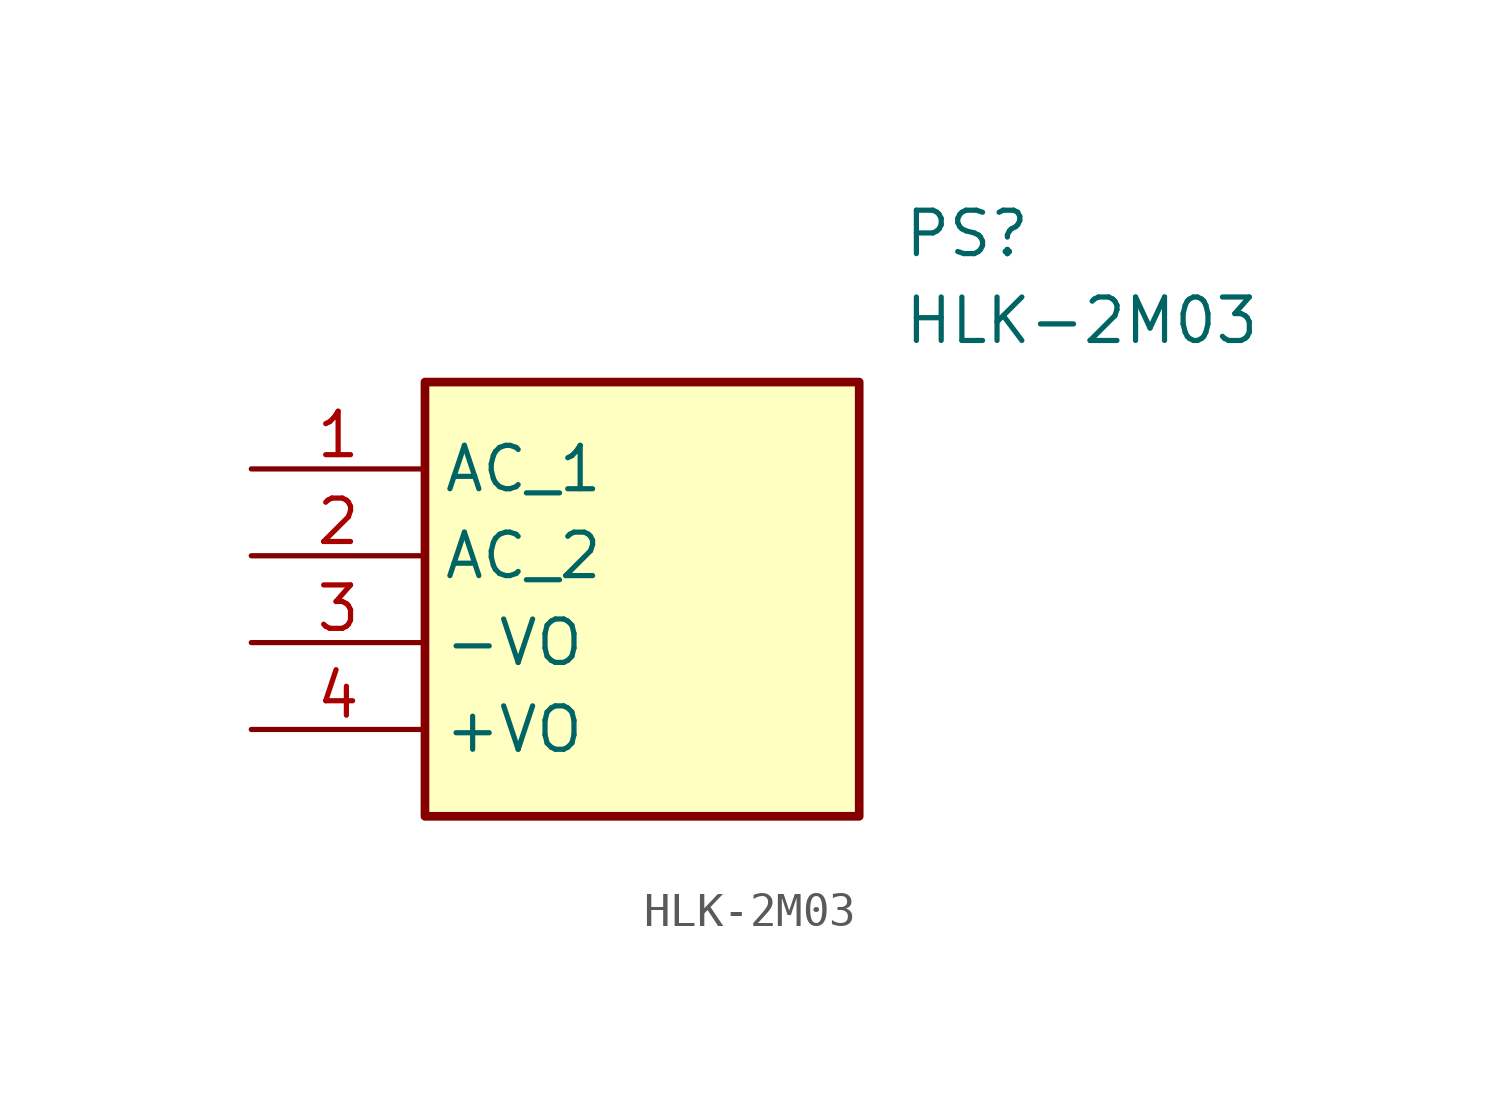
<source format=kicad_sym>
(kicad_symbol_lib
  (version 20220914)
  (generator kicad_symbol_editor)
  (symbol "HLK-2M03"
    (property "Reference" "PS"
      (at 19.05 7.62 0)
      (effects (font (size 1.27 1.27)) (justify left top)))
    (property "Value" "HLK-2M03"
      (at 19.05 5.08 0)
      (effects (font (size 1.27 1.27)) (justify left top)))
    (symbol "HLK-2M03_1_1"
      (rectangle (start 5.08 2.54) (end 17.78 -10.16) (stroke (width 0.254) (type default)) (fill (type background)))
      (pin passive line (at 0 0 0) (length 5.08) (name "AC_1" (effects (font (size 1.27 1.27)))) (number "1" (effects (font (size 1.27 1.27)))))
      (pin passive line (at 0 -2.54 0) (length 5.08) (name "AC_2" (effects (font (size 1.27 1.27)))) (number "2" (effects (font (size 1.27 1.27)))))
      (pin passive line (at 0 -5.08 0) (length 5.08) (name "-VO" (effects (font (size 1.27 1.27)))) (number "3" (effects (font (size 1.27 1.27)))))
      (pin passive line (at 0 -7.62 0) (length 5.08) (name "+VO" (effects (font (size 1.27 1.27)))) (number "4" (effects (font (size 1.27 1.27))))))))
</source>
